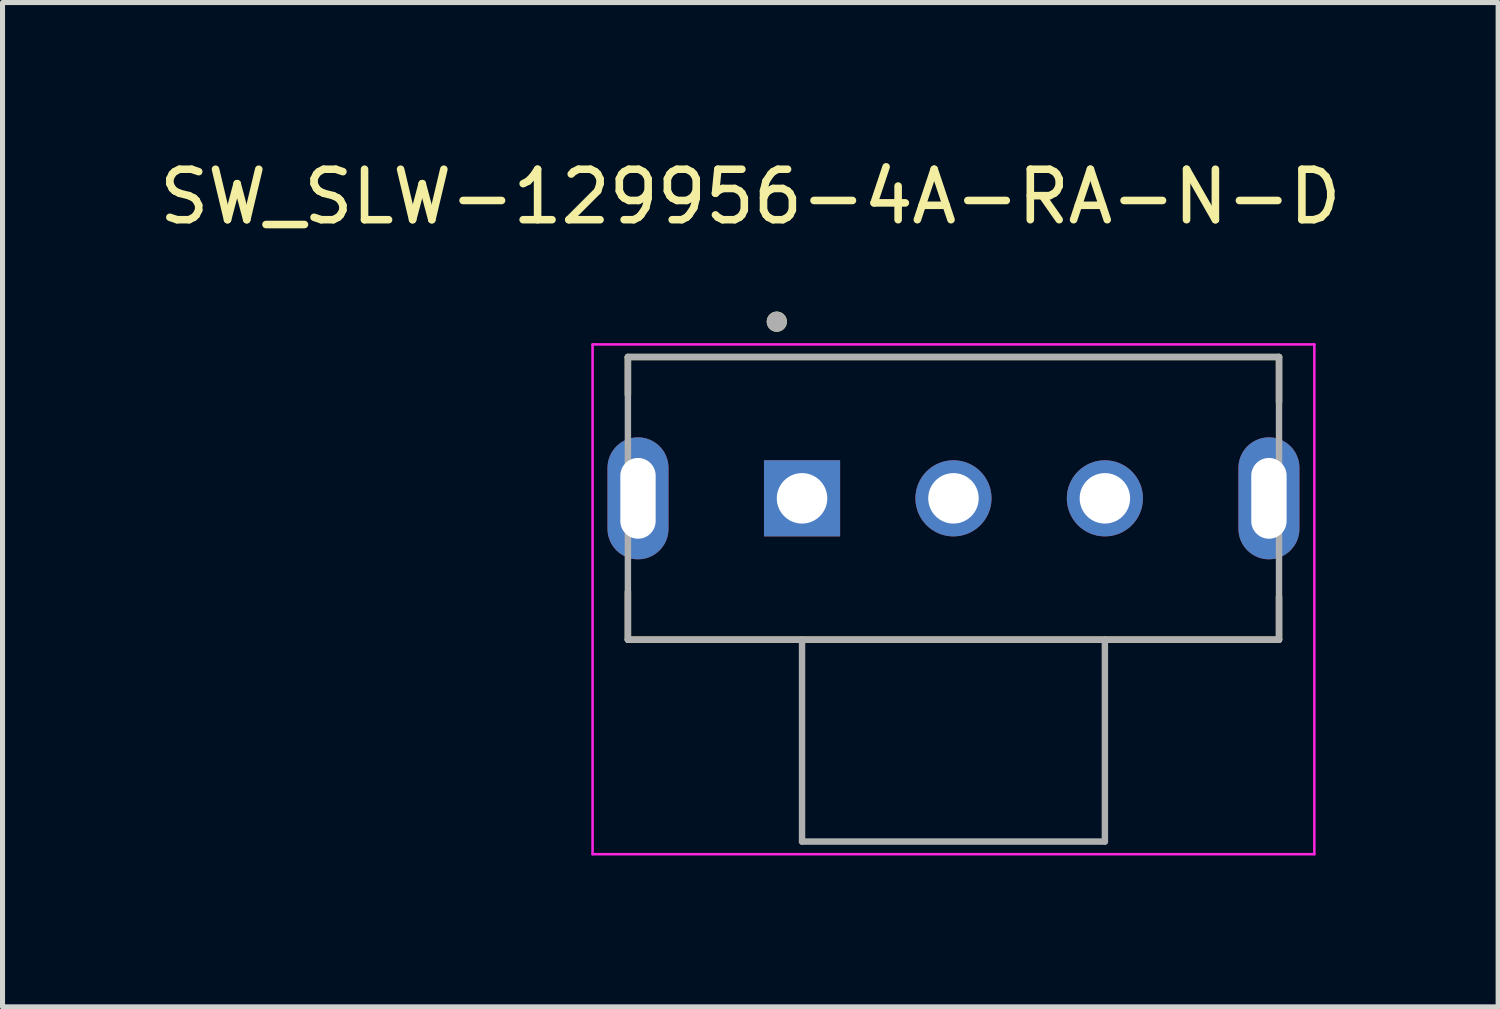
<source format=kicad_pcb>
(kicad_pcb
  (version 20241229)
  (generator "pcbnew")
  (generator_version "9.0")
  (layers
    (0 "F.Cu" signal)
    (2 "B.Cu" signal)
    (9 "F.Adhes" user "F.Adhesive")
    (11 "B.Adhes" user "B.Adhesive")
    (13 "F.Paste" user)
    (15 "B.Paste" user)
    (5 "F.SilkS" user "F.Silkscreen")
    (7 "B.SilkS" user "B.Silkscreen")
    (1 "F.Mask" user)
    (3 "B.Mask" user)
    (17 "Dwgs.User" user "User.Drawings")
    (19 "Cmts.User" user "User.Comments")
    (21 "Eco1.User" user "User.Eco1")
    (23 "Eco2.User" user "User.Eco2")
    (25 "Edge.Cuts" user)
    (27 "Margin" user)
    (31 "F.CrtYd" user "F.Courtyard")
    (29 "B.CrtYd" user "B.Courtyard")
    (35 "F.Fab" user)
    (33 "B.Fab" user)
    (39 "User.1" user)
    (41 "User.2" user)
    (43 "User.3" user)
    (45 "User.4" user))
  (footprint "SW_SLW-129956-4A-RA-N-D"
    (layer "F.Cu")
    (at 15.84 6.823)
    (property "Reference" "SW_SLW-129956-4A-RA-N-D" (at -4.025 -5.975 0) (layer "F.SilkS") (effects (font (size 1 1) (thickness 0.15))))
    (attr through_hole)
    (fp_line (start -6.45 -2.8) (end 6.45 -2.8) (stroke (width 0.127) (type solid)) (layer "F.SilkS"))
    (fp_line (start -6.45 -2.05) (end -6.45 -2.8) (stroke (width 0.127) (type solid)) (layer "F.SilkS"))
    (fp_line (start -6.45 1.85) (end -6.45 2.8) (stroke (width 0.127) (type solid)) (layer "F.SilkS"))
    (fp_line (start -6.45 2.8) (end 6.45 2.8) (stroke (width 0.127) (type solid)) (layer "F.SilkS"))
    (fp_line (start 6.45 -2.8) (end 6.45 -1.9) (stroke (width 0.127) (type solid)) (layer "F.SilkS"))
    (fp_line (start 6.45 2.8) (end 6.45 1.95) (stroke (width 0.127) (type solid)) (layer "F.SilkS"))
    (fp_circle (center -3.5 -3.5) (end -3.4 -3.5) (stroke (width 0.2) (type solid)) (fill no) (layer "F.SilkS"))
    (fp_line (start -7.15 -3.05) (end -7.15 7.05) (stroke (width 0.05) (type solid)) (layer "F.CrtYd"))
    (fp_line (start -7.15 7.05) (end 7.15 7.05) (stroke (width 0.05) (type solid)) (layer "F.CrtYd"))
    (fp_line (start 7.15 -3.05) (end -7.15 -3.05) (stroke (width 0.05) (type solid)) (layer "F.CrtYd"))
    (fp_line (start 7.15 7.05) (end 7.15 -3.05) (stroke (width 0.05) (type solid)) (layer "F.CrtYd"))
    (fp_line (start -6.45 -2.8) (end -6.45 2.8) (stroke (width 0.127) (type solid)) (layer "F.Fab"))
    (fp_line (start -6.45 2.8) (end -3 2.8) (stroke (width 0.127) (type solid)) (layer "F.Fab"))
    (fp_line (start -3 2.8) (end -3 6.8) (stroke (width 0.127) (type solid)) (layer "F.Fab"))
    (fp_line (start -3 2.8) (end 3 2.8) (stroke (width 0.127) (type solid)) (layer "F.Fab"))
    (fp_line (start -3 6.8) (end 3 6.8) (stroke (width 0.127) (type solid)) (layer "F.Fab"))
    (fp_line (start 3 2.8) (end 6.45 2.8) (stroke (width 0.127) (type solid)) (layer "F.Fab"))
    (fp_line (start 3 6.8) (end 3 2.8) (stroke (width 0.127) (type solid)) (layer "F.Fab"))
    (fp_line (start 6.45 -2.8) (end -6.45 -2.8) (stroke (width 0.127) (type solid)) (layer "F.Fab"))
    (fp_line (start 6.45 2.8) (end 6.45 -2.8) (stroke (width 0.127) (type solid)) (layer "F.Fab"))
    (fp_circle (center -3.5 -3.5) (end -3.4 -3.5) (stroke (width 0.2) (type solid)) (fill no) (layer "F.Fab"))
    (pad "1" thru_hole rect (at -3 0) (size 1.508 1.508) (drill 1) (layers "*.Cu" "*.Mask"))
    (pad "2" thru_hole circle (at 0 0) (size 1.508 1.508) (drill 1) (layers "*.Cu" "*.Mask"))
    (pad "3" thru_hole circle (at 3 0) (size 1.508 1.508) (drill 1) (layers "*.Cu" "*.Mask"))
    (pad "SH1" thru_hole oval (at -6.25 0) (size 1.208 2.416) (drill oval 0.7 1.6) (layers "*.Cu" "*.Mask"))
    (pad "SH2" thru_hole oval (at 6.25 0) (size 1.208 2.416) (drill oval 0.7 1.6) (layers "*.Cu" "*.Mask")))
  (gr_rect
    (start -3 -3)
    (end 26.631 16.898)
    (stroke (width 0.1) (type default))
    (fill no)
    (layer "Edge.Cuts")))
</source>
